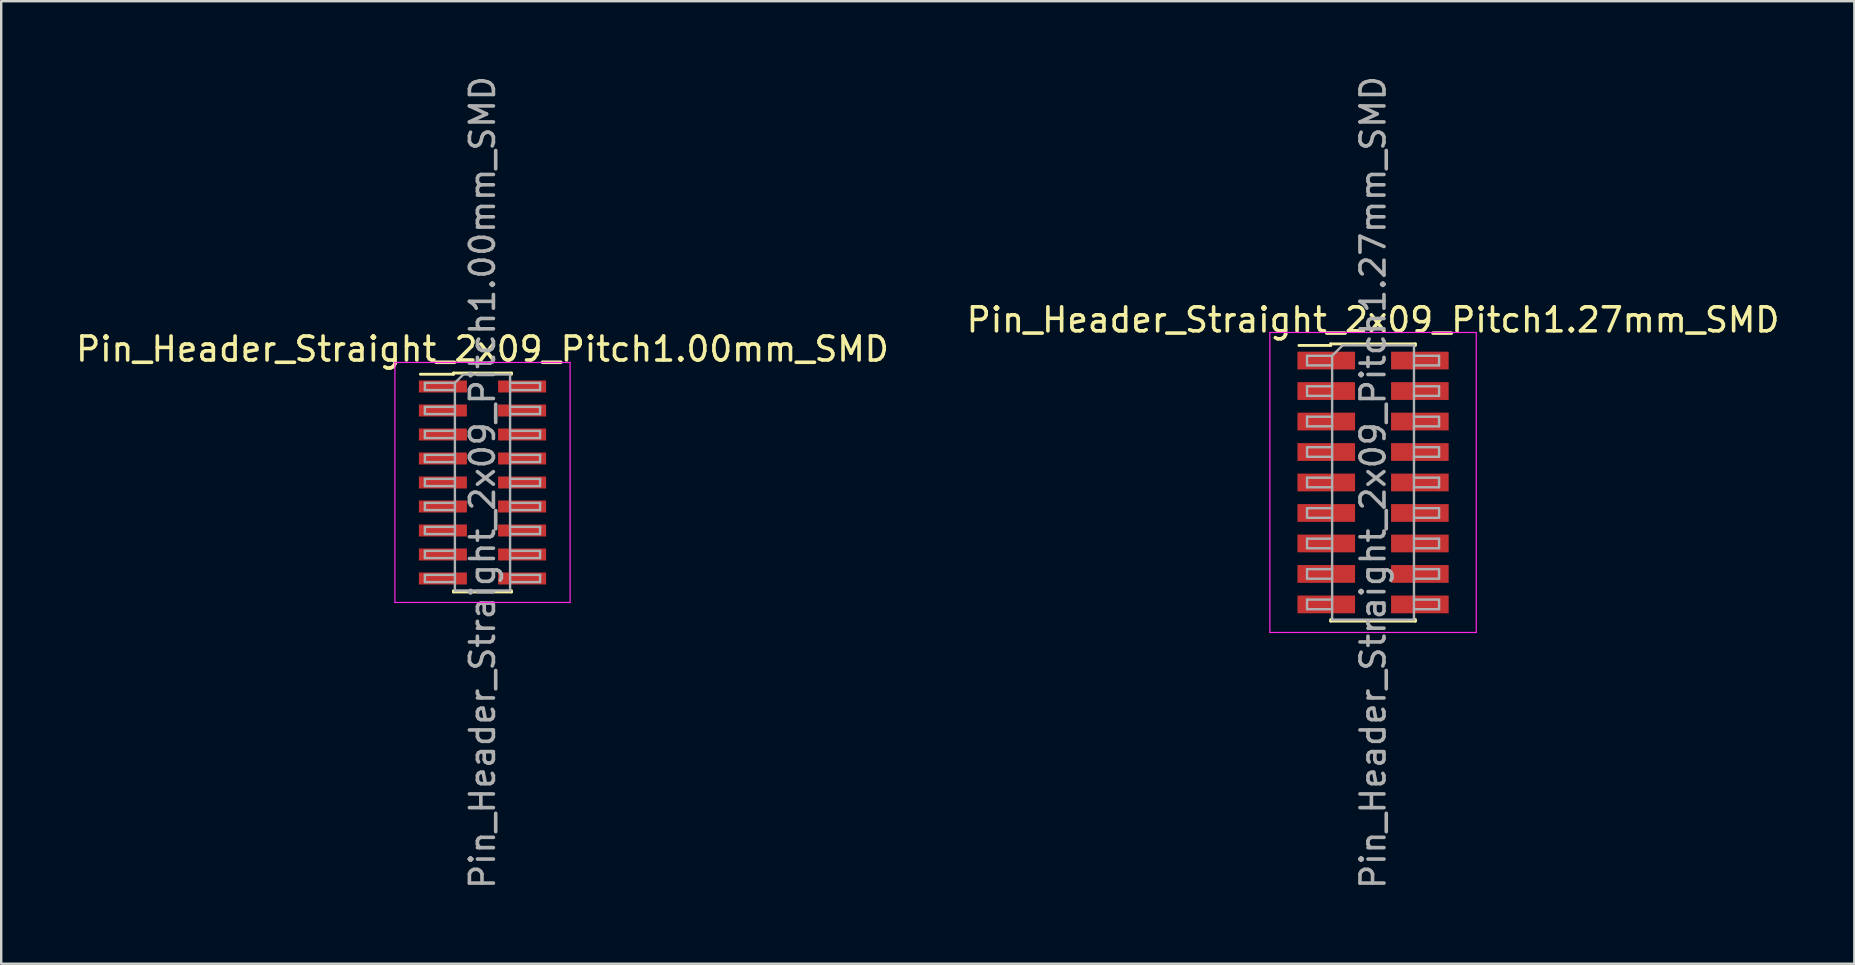
<source format=kicad_pcb>
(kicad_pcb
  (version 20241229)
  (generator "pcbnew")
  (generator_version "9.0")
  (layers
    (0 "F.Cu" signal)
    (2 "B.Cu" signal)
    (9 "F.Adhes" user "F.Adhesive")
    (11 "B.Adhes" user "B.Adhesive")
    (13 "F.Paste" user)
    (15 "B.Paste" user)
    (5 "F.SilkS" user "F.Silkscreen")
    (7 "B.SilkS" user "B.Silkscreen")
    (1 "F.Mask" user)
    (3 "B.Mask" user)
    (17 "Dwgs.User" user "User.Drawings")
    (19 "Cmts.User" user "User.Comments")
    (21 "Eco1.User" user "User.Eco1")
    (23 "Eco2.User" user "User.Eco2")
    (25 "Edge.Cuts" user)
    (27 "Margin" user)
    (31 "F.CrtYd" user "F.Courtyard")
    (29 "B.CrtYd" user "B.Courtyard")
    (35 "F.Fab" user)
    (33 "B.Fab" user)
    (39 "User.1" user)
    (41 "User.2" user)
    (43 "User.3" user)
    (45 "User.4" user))
  (footprint "Pin_Header_Straight_2x09_Pitch1.27mm_SMD"
    (layer "F.Cu")
    (at 54.161 17.054)
    (property "Reference" "Pin_Header_Straight_2x09_Pitch1.27mm_SMD" (at 0 -6.775 0) (layer "F.SilkS") (effects (font (size 1 1) (thickness 0.15))))
    (attr smd)
    (fp_line (start -3.09 -5.71) (end -1.765 -5.71) (stroke (width 0.12) (type solid)) (layer "F.SilkS"))
    (fp_line (start -1.765 -5.775) (end -1.765 -5.71) (stroke (width 0.12) (type solid)) (layer "F.SilkS"))
    (fp_line (start -1.765 -5.775) (end 1.765 -5.775) (stroke (width 0.12) (type solid)) (layer "F.SilkS"))
    (fp_line (start -1.765 5.71) (end -1.765 5.775) (stroke (width 0.12) (type solid)) (layer "F.SilkS"))
    (fp_line (start -1.765 5.775) (end 1.765 5.775) (stroke (width 0.12) (type solid)) (layer "F.SilkS"))
    (fp_line (start 1.765 -5.775) (end 1.765 -5.71) (stroke (width 0.12) (type solid)) (layer "F.SilkS"))
    (fp_line (start 1.765 5.71) (end 1.765 5.775) (stroke (width 0.12) (type solid)) (layer "F.SilkS"))
    (fp_line (start -4.3 -6.25) (end -4.3 6.25) (stroke (width 0.05) (type solid)) (layer "F.CrtYd"))
    (fp_line (start -4.3 6.25) (end 4.3 6.25) (stroke (width 0.05) (type solid)) (layer "F.CrtYd"))
    (fp_line (start 4.3 -6.25) (end -4.3 -6.25) (stroke (width 0.05) (type solid)) (layer "F.CrtYd"))
    (fp_line (start 4.3 6.25) (end 4.3 -6.25) (stroke (width 0.05) (type solid)) (layer "F.CrtYd"))
    (fp_line (start -2.75 -5.28) (end -2.75 -4.88) (stroke (width 0.1) (type solid)) (layer "F.Fab"))
    (fp_line (start -2.75 -4.88) (end -1.705 -4.88) (stroke (width 0.1) (type solid)) (layer "F.Fab"))
    (fp_line (start -2.75 -4.01) (end -2.75 -3.61) (stroke (width 0.1) (type solid)) (layer "F.Fab"))
    (fp_line (start -2.75 -3.61) (end -1.705 -3.61) (stroke (width 0.1) (type solid)) (layer "F.Fab"))
    (fp_line (start -2.75 -2.74) (end -2.75 -2.34) (stroke (width 0.1) (type solid)) (layer "F.Fab"))
    (fp_line (start -2.75 -2.34) (end -1.705 -2.34) (stroke (width 0.1) (type solid)) (layer "F.Fab"))
    (fp_line (start -2.75 -1.47) (end -2.75 -1.07) (stroke (width 0.1) (type solid)) (layer "F.Fab"))
    (fp_line (start -2.75 -1.07) (end -1.705 -1.07) (stroke (width 0.1) (type solid)) (layer "F.Fab"))
    (fp_line (start -2.75 -0.2) (end -2.75 0.2) (stroke (width 0.1) (type solid)) (layer "F.Fab"))
    (fp_line (start -2.75 0.2) (end -1.705 0.2) (stroke (width 0.1) (type solid)) (layer "F.Fab"))
    (fp_line (start -2.75 1.07) (end -2.75 1.47) (stroke (width 0.1) (type solid)) (layer "F.Fab"))
    (fp_line (start -2.75 1.47) (end -1.705 1.47) (stroke (width 0.1) (type solid)) (layer "F.Fab"))
    (fp_line (start -2.75 2.34) (end -2.75 2.74) (stroke (width 0.1) (type solid)) (layer "F.Fab"))
    (fp_line (start -2.75 2.74) (end -1.705 2.74) (stroke (width 0.1) (type solid)) (layer "F.Fab"))
    (fp_line (start -2.75 3.61) (end -2.75 4.01) (stroke (width 0.1) (type solid)) (layer "F.Fab"))
    (fp_line (start -2.75 4.01) (end -1.705 4.01) (stroke (width 0.1) (type solid)) (layer "F.Fab"))
    (fp_line (start -2.75 4.88) (end -2.75 5.28) (stroke (width 0.1) (type solid)) (layer "F.Fab"))
    (fp_line (start -2.75 5.28) (end -1.705 5.28) (stroke (width 0.1) (type solid)) (layer "F.Fab"))
    (fp_line (start -1.705 -5.28) (end -2.75 -5.28) (stroke (width 0.1) (type solid)) (layer "F.Fab"))
    (fp_line (start -1.705 -5.28) (end -1.27 -5.715) (stroke (width 0.1) (type solid)) (layer "F.Fab"))
    (fp_line (start -1.705 -4.01) (end -2.75 -4.01) (stroke (width 0.1) (type solid)) (layer "F.Fab"))
    (fp_line (start -1.705 -2.74) (end -2.75 -2.74) (stroke (width 0.1) (type solid)) (layer "F.Fab"))
    (fp_line (start -1.705 -1.47) (end -2.75 -1.47) (stroke (width 0.1) (type solid)) (layer "F.Fab"))
    (fp_line (start -1.705 -0.2) (end -2.75 -0.2) (stroke (width 0.1) (type solid)) (layer "F.Fab"))
    (fp_line (start -1.705 1.07) (end -2.75 1.07) (stroke (width 0.1) (type solid)) (layer "F.Fab"))
    (fp_line (start -1.705 2.34) (end -2.75 2.34) (stroke (width 0.1) (type solid)) (layer "F.Fab"))
    (fp_line (start -1.705 3.61) (end -2.75 3.61) (stroke (width 0.1) (type solid)) (layer "F.Fab"))
    (fp_line (start -1.705 4.88) (end -2.75 4.88) (stroke (width 0.1) (type solid)) (layer "F.Fab"))
    (fp_line (start -1.705 5.715) (end -1.705 -5.28) (stroke (width 0.1) (type solid)) (layer "F.Fab"))
    (fp_line (start -1.27 -5.715) (end 1.705 -5.715) (stroke (width 0.1) (type solid)) (layer "F.Fab"))
    (fp_line (start 1.705 -5.715) (end 1.705 5.715) (stroke (width 0.1) (type solid)) (layer "F.Fab"))
    (fp_line (start 1.705 -5.28) (end 2.75 -5.28) (stroke (width 0.1) (type solid)) (layer "F.Fab"))
    (fp_line (start 1.705 -4.01) (end 2.75 -4.01) (stroke (width 0.1) (type solid)) (layer "F.Fab"))
    (fp_line (start 1.705 -2.74) (end 2.75 -2.74) (stroke (width 0.1) (type solid)) (layer "F.Fab"))
    (fp_line (start 1.705 -1.47) (end 2.75 -1.47) (stroke (width 0.1) (type solid)) (layer "F.Fab"))
    (fp_line (start 1.705 -0.2) (end 2.75 -0.2) (stroke (width 0.1) (type solid)) (layer "F.Fab"))
    (fp_line (start 1.705 1.07) (end 2.75 1.07) (stroke (width 0.1) (type solid)) (layer "F.Fab"))
    (fp_line (start 1.705 2.34) (end 2.75 2.34) (stroke (width 0.1) (type solid)) (layer "F.Fab"))
    (fp_line (start 1.705 3.61) (end 2.75 3.61) (stroke (width 0.1) (type solid)) (layer "F.Fab"))
    (fp_line (start 1.705 4.88) (end 2.75 4.88) (stroke (width 0.1) (type solid)) (layer "F.Fab"))
    (fp_line (start 1.705 5.715) (end -1.705 5.715) (stroke (width 0.1) (type solid)) (layer "F.Fab"))
    (fp_line (start 2.75 -5.28) (end 2.75 -4.88) (stroke (width 0.1) (type solid)) (layer "F.Fab"))
    (fp_line (start 2.75 -4.88) (end 1.705 -4.88) (stroke (width 0.1) (type solid)) (layer "F.Fab"))
    (fp_line (start 2.75 -4.01) (end 2.75 -3.61) (stroke (width 0.1) (type solid)) (layer "F.Fab"))
    (fp_line (start 2.75 -3.61) (end 1.705 -3.61) (stroke (width 0.1) (type solid)) (layer "F.Fab"))
    (fp_line (start 2.75 -2.74) (end 2.75 -2.34) (stroke (width 0.1) (type solid)) (layer "F.Fab"))
    (fp_line (start 2.75 -2.34) (end 1.705 -2.34) (stroke (width 0.1) (type solid)) (layer "F.Fab"))
    (fp_line (start 2.75 -1.47) (end 2.75 -1.07) (stroke (width 0.1) (type solid)) (layer "F.Fab"))
    (fp_line (start 2.75 -1.07) (end 1.705 -1.07) (stroke (width 0.1) (type solid)) (layer "F.Fab"))
    (fp_line (start 2.75 -0.2) (end 2.75 0.2) (stroke (width 0.1) (type solid)) (layer "F.Fab"))
    (fp_line (start 2.75 0.2) (end 1.705 0.2) (stroke (width 0.1) (type solid)) (layer "F.Fab"))
    (fp_line (start 2.75 1.07) (end 2.75 1.47) (stroke (width 0.1) (type solid)) (layer "F.Fab"))
    (fp_line (start 2.75 1.47) (end 1.705 1.47) (stroke (width 0.1) (type solid)) (layer "F.Fab"))
    (fp_line (start 2.75 2.34) (end 2.75 2.74) (stroke (width 0.1) (type solid)) (layer "F.Fab"))
    (fp_line (start 2.75 2.74) (end 1.705 2.74) (stroke (width 0.1) (type solid)) (layer "F.Fab"))
    (fp_line (start 2.75 3.61) (end 2.75 4.01) (stroke (width 0.1) (type solid)) (layer "F.Fab"))
    (fp_line (start 2.75 4.01) (end 1.705 4.01) (stroke (width 0.1) (type solid)) (layer "F.Fab"))
    (fp_line (start 2.75 4.88) (end 2.75 5.28) (stroke (width 0.1) (type solid)) (layer "F.Fab"))
    (fp_line (start 2.75 5.28) (end 1.705 5.28) (stroke (width 0.1) (type solid)) (layer "F.Fab"))
    (fp_text user "${REFERENCE}" (at 0 0 90) (layer "F.Fab") (effects (font (size 1 1) (thickness 0.15))))
    (pad "1" smd rect (at -1.95 -5.08) (size 2.4 0.74) (layers "F.Cu" "F.Mask" "F.Paste"))
    (pad "2" smd rect (at 1.95 -5.08) (size 2.4 0.74) (layers "F.Cu" "F.Mask" "F.Paste"))
    (pad "3" smd rect (at -1.95 -3.81) (size 2.4 0.74) (layers "F.Cu" "F.Mask" "F.Paste"))
    (pad "4" smd rect (at 1.95 -3.81) (size 2.4 0.74) (layers "F.Cu" "F.Mask" "F.Paste"))
    (pad "5" smd rect (at -1.95 -2.54) (size 2.4 0.74) (layers "F.Cu" "F.Mask" "F.Paste"))
    (pad "6" smd rect (at 1.95 -2.54) (size 2.4 0.74) (layers "F.Cu" "F.Mask" "F.Paste"))
    (pad "7" smd rect (at -1.95 -1.27) (size 2.4 0.74) (layers "F.Cu" "F.Mask" "F.Paste"))
    (pad "8" smd rect (at 1.95 -1.27) (size 2.4 0.74) (layers "F.Cu" "F.Mask" "F.Paste"))
    (pad "9" smd rect (at -1.95 0) (size 2.4 0.74) (layers "F.Cu" "F.Mask" "F.Paste"))
    (pad "10" smd rect (at 1.95 0) (size 2.4 0.74) (layers "F.Cu" "F.Mask" "F.Paste"))
    (pad "11" smd rect (at -1.95 1.27) (size 2.4 0.74) (layers "F.Cu" "F.Mask" "F.Paste"))
    (pad "12" smd rect (at 1.95 1.27) (size 2.4 0.74) (layers "F.Cu" "F.Mask" "F.Paste"))
    (pad "13" smd rect (at -1.95 2.54) (size 2.4 0.74) (layers "F.Cu" "F.Mask" "F.Paste"))
    (pad "14" smd rect (at 1.95 2.54) (size 2.4 0.74) (layers "F.Cu" "F.Mask" "F.Paste"))
    (pad "15" smd rect (at -1.95 3.81) (size 2.4 0.74) (layers "F.Cu" "F.Mask" "F.Paste"))
    (pad "16" smd rect (at 1.95 3.81) (size 2.4 0.74) (layers "F.Cu" "F.Mask" "F.Paste"))
    (pad "17" smd rect (at -1.95 5.08) (size 2.4 0.74) (layers "F.Cu" "F.Mask" "F.Paste"))
    (pad "18" smd rect (at 1.95 5.08) (size 2.4 0.74) (layers "F.Cu" "F.Mask" "F.Paste")))
  (footprint "Pin_Header_Straight_2x09_Pitch1.00mm_SMD"
    (layer "F.Cu")
    (at 17.054 17.054)
    (property "Reference" "Pin_Header_Straight_2x09_Pitch1.00mm_SMD" (at 0 -5.56 0) (layer "F.SilkS") (effects (font (size 1 1) (thickness 0.15))))
    (attr smd)
    (fp_line (start -2.59 -4.51) (end -1.21 -4.51) (stroke (width 0.12) (type solid)) (layer "F.SilkS"))
    (fp_line (start -1.21 -4.56) (end -1.21 -4.51) (stroke (width 0.12) (type solid)) (layer "F.SilkS"))
    (fp_line (start -1.21 -4.56) (end 1.21 -4.56) (stroke (width 0.12) (type solid)) (layer "F.SilkS"))
    (fp_line (start -1.21 4.51) (end -1.21 4.56) (stroke (width 0.12) (type solid)) (layer "F.SilkS"))
    (fp_line (start -1.21 4.56) (end 1.21 4.56) (stroke (width 0.12) (type solid)) (layer "F.SilkS"))
    (fp_line (start 1.21 -4.56) (end 1.21 -4.51) (stroke (width 0.12) (type solid)) (layer "F.SilkS"))
    (fp_line (start 1.21 4.51) (end 1.21 4.56) (stroke (width 0.12) (type solid)) (layer "F.SilkS"))
    (fp_line (start -3.65 -5) (end -3.65 5) (stroke (width 0.05) (type solid)) (layer "F.CrtYd"))
    (fp_line (start -3.65 5) (end 3.65 5) (stroke (width 0.05) (type solid)) (layer "F.CrtYd"))
    (fp_line (start 3.65 -5) (end -3.65 -5) (stroke (width 0.05) (type solid)) (layer "F.CrtYd"))
    (fp_line (start 3.65 5) (end 3.65 -5) (stroke (width 0.05) (type solid)) (layer "F.CrtYd"))
    (fp_line (start -2.4 -4.15) (end -2.4 -3.85) (stroke (width 0.1) (type solid)) (layer "F.Fab"))
    (fp_line (start -2.4 -3.85) (end -1.15 -3.85) (stroke (width 0.1) (type solid)) (layer "F.Fab"))
    (fp_line (start -2.4 -3.15) (end -2.4 -2.85) (stroke (width 0.1) (type solid)) (layer "F.Fab"))
    (fp_line (start -2.4 -2.85) (end -1.15 -2.85) (stroke (width 0.1) (type solid)) (layer "F.Fab"))
    (fp_line (start -2.4 -2.15) (end -2.4 -1.85) (stroke (width 0.1) (type solid)) (layer "F.Fab"))
    (fp_line (start -2.4 -1.85) (end -1.15 -1.85) (stroke (width 0.1) (type solid)) (layer "F.Fab"))
    (fp_line (start -2.4 -1.15) (end -2.4 -0.85) (stroke (width 0.1) (type solid)) (layer "F.Fab"))
    (fp_line (start -2.4 -0.85) (end -1.15 -0.85) (stroke (width 0.1) (type solid)) (layer "F.Fab"))
    (fp_line (start -2.4 -0.15) (end -2.4 0.15) (stroke (width 0.1) (type solid)) (layer "F.Fab"))
    (fp_line (start -2.4 0.15) (end -1.15 0.15) (stroke (width 0.1) (type solid)) (layer "F.Fab"))
    (fp_line (start -2.4 0.85) (end -2.4 1.15) (stroke (width 0.1) (type solid)) (layer "F.Fab"))
    (fp_line (start -2.4 1.15) (end -1.15 1.15) (stroke (width 0.1) (type solid)) (layer "F.Fab"))
    (fp_line (start -2.4 1.85) (end -2.4 2.15) (stroke (width 0.1) (type solid)) (layer "F.Fab"))
    (fp_line (start -2.4 2.15) (end -1.15 2.15) (stroke (width 0.1) (type solid)) (layer "F.Fab"))
    (fp_line (start -2.4 2.85) (end -2.4 3.15) (stroke (width 0.1) (type solid)) (layer "F.Fab"))
    (fp_line (start -2.4 3.15) (end -1.15 3.15) (stroke (width 0.1) (type solid)) (layer "F.Fab"))
    (fp_line (start -2.4 3.85) (end -2.4 4.15) (stroke (width 0.1) (type solid)) (layer "F.Fab"))
    (fp_line (start -2.4 4.15) (end -1.15 4.15) (stroke (width 0.1) (type solid)) (layer "F.Fab"))
    (fp_line (start -1.15 -4.15) (end -2.4 -4.15) (stroke (width 0.1) (type solid)) (layer "F.Fab"))
    (fp_line (start -1.15 -4.15) (end -0.8 -4.5) (stroke (width 0.1) (type solid)) (layer "F.Fab"))
    (fp_line (start -1.15 -3.15) (end -2.4 -3.15) (stroke (width 0.1) (type solid)) (layer "F.Fab"))
    (fp_line (start -1.15 -2.15) (end -2.4 -2.15) (stroke (width 0.1) (type solid)) (layer "F.Fab"))
    (fp_line (start -1.15 -1.15) (end -2.4 -1.15) (stroke (width 0.1) (type solid)) (layer "F.Fab"))
    (fp_line (start -1.15 -0.15) (end -2.4 -0.15) (stroke (width 0.1) (type solid)) (layer "F.Fab"))
    (fp_line (start -1.15 0.85) (end -2.4 0.85) (stroke (width 0.1) (type solid)) (layer "F.Fab"))
    (fp_line (start -1.15 1.85) (end -2.4 1.85) (stroke (width 0.1) (type solid)) (layer "F.Fab"))
    (fp_line (start -1.15 2.85) (end -2.4 2.85) (stroke (width 0.1) (type solid)) (layer "F.Fab"))
    (fp_line (start -1.15 3.85) (end -2.4 3.85) (stroke (width 0.1) (type solid)) (layer "F.Fab"))
    (fp_line (start -1.15 4.5) (end -1.15 -4.15) (stroke (width 0.1) (type solid)) (layer "F.Fab"))
    (fp_line (start -0.8 -4.5) (end 1.15 -4.5) (stroke (width 0.1) (type solid)) (layer "F.Fab"))
    (fp_line (start 1.15 -4.5) (end 1.15 4.5) (stroke (width 0.1) (type solid)) (layer "F.Fab"))
    (fp_line (start 1.15 -4.15) (end 2.4 -4.15) (stroke (width 0.1) (type solid)) (layer "F.Fab"))
    (fp_line (start 1.15 -3.15) (end 2.4 -3.15) (stroke (width 0.1) (type solid)) (layer "F.Fab"))
    (fp_line (start 1.15 -2.15) (end 2.4 -2.15) (stroke (width 0.1) (type solid)) (layer "F.Fab"))
    (fp_line (start 1.15 -1.15) (end 2.4 -1.15) (stroke (width 0.1) (type solid)) (layer "F.Fab"))
    (fp_line (start 1.15 -0.15) (end 2.4 -0.15) (stroke (width 0.1) (type solid)) (layer "F.Fab"))
    (fp_line (start 1.15 0.85) (end 2.4 0.85) (stroke (width 0.1) (type solid)) (layer "F.Fab"))
    (fp_line (start 1.15 1.85) (end 2.4 1.85) (stroke (width 0.1) (type solid)) (layer "F.Fab"))
    (fp_line (start 1.15 2.85) (end 2.4 2.85) (stroke (width 0.1) (type solid)) (layer "F.Fab"))
    (fp_line (start 1.15 3.85) (end 2.4 3.85) (stroke (width 0.1) (type solid)) (layer "F.Fab"))
    (fp_line (start 1.15 4.5) (end -1.15 4.5) (stroke (width 0.1) (type solid)) (layer "F.Fab"))
    (fp_line (start 2.4 -4.15) (end 2.4 -3.85) (stroke (width 0.1) (type solid)) (layer "F.Fab"))
    (fp_line (start 2.4 -3.85) (end 1.15 -3.85) (stroke (width 0.1) (type solid)) (layer "F.Fab"))
    (fp_line (start 2.4 -3.15) (end 2.4 -2.85) (stroke (width 0.1) (type solid)) (layer "F.Fab"))
    (fp_line (start 2.4 -2.85) (end 1.15 -2.85) (stroke (width 0.1) (type solid)) (layer "F.Fab"))
    (fp_line (start 2.4 -2.15) (end 2.4 -1.85) (stroke (width 0.1) (type solid)) (layer "F.Fab"))
    (fp_line (start 2.4 -1.85) (end 1.15 -1.85) (stroke (width 0.1) (type solid)) (layer "F.Fab"))
    (fp_line (start 2.4 -1.15) (end 2.4 -0.85) (stroke (width 0.1) (type solid)) (layer "F.Fab"))
    (fp_line (start 2.4 -0.85) (end 1.15 -0.85) (stroke (width 0.1) (type solid)) (layer "F.Fab"))
    (fp_line (start 2.4 -0.15) (end 2.4 0.15) (stroke (width 0.1) (type solid)) (layer "F.Fab"))
    (fp_line (start 2.4 0.15) (end 1.15 0.15) (stroke (width 0.1) (type solid)) (layer "F.Fab"))
    (fp_line (start 2.4 0.85) (end 2.4 1.15) (stroke (width 0.1) (type solid)) (layer "F.Fab"))
    (fp_line (start 2.4 1.15) (end 1.15 1.15) (stroke (width 0.1) (type solid)) (layer "F.Fab"))
    (fp_line (start 2.4 1.85) (end 2.4 2.15) (stroke (width 0.1) (type solid)) (layer "F.Fab"))
    (fp_line (start 2.4 2.15) (end 1.15 2.15) (stroke (width 0.1) (type solid)) (layer "F.Fab"))
    (fp_line (start 2.4 2.85) (end 2.4 3.15) (stroke (width 0.1) (type solid)) (layer "F.Fab"))
    (fp_line (start 2.4 3.15) (end 1.15 3.15) (stroke (width 0.1) (type solid)) (layer "F.Fab"))
    (fp_line (start 2.4 3.85) (end 2.4 4.15) (stroke (width 0.1) (type solid)) (layer "F.Fab"))
    (fp_line (start 2.4 4.15) (end 1.15 4.15) (stroke (width 0.1) (type solid)) (layer "F.Fab"))
    (fp_text user "${REFERENCE}" (at 0 0 90) (layer "F.Fab") (effects (font (size 1 1) (thickness 0.15))))
    (pad "1" smd rect (at -1.65 -4) (size 2 0.5) (layers "F.Cu" "F.Mask" "F.Paste"))
    (pad "2" smd rect (at 1.65 -4) (size 2 0.5) (layers "F.Cu" "F.Mask" "F.Paste"))
    (pad "3" smd rect (at -1.65 -3) (size 2 0.5) (layers "F.Cu" "F.Mask" "F.Paste"))
    (pad "4" smd rect (at 1.65 -3) (size 2 0.5) (layers "F.Cu" "F.Mask" "F.Paste"))
    (pad "5" smd rect (at -1.65 -2) (size 2 0.5) (layers "F.Cu" "F.Mask" "F.Paste"))
    (pad "6" smd rect (at 1.65 -2) (size 2 0.5) (layers "F.Cu" "F.Mask" "F.Paste"))
    (pad "7" smd rect (at -1.65 -1) (size 2 0.5) (layers "F.Cu" "F.Mask" "F.Paste"))
    (pad "8" smd rect (at 1.65 -1) (size 2 0.5) (layers "F.Cu" "F.Mask" "F.Paste"))
    (pad "9" smd rect (at -1.65 0) (size 2 0.5) (layers "F.Cu" "F.Mask" "F.Paste"))
    (pad "10" smd rect (at 1.65 0) (size 2 0.5) (layers "F.Cu" "F.Mask" "F.Paste"))
    (pad "11" smd rect (at -1.65 1) (size 2 0.5) (layers "F.Cu" "F.Mask" "F.Paste"))
    (pad "12" smd rect (at 1.65 1) (size 2 0.5) (layers "F.Cu" "F.Mask" "F.Paste"))
    (pad "13" smd rect (at -1.65 2) (size 2 0.5) (layers "F.Cu" "F.Mask" "F.Paste"))
    (pad "14" smd rect (at 1.65 2) (size 2 0.5) (layers "F.Cu" "F.Mask" "F.Paste"))
    (pad "15" smd rect (at -1.65 3) (size 2 0.5) (layers "F.Cu" "F.Mask" "F.Paste"))
    (pad "16" smd rect (at 1.65 3) (size 2 0.5) (layers "F.Cu" "F.Mask" "F.Paste"))
    (pad "17" smd rect (at -1.65 4) (size 2 0.5) (layers "F.Cu" "F.Mask" "F.Paste"))
    (pad "18" smd rect (at 1.65 4) (size 2 0.5) (layers "F.Cu" "F.Mask" "F.Paste")))
  (gr_rect
    (start -3 -3)
    (end 74.214 37.107)
    (stroke (width 0.1) (type default))
    (fill no)
    (layer "Edge.Cuts")))
</source>
